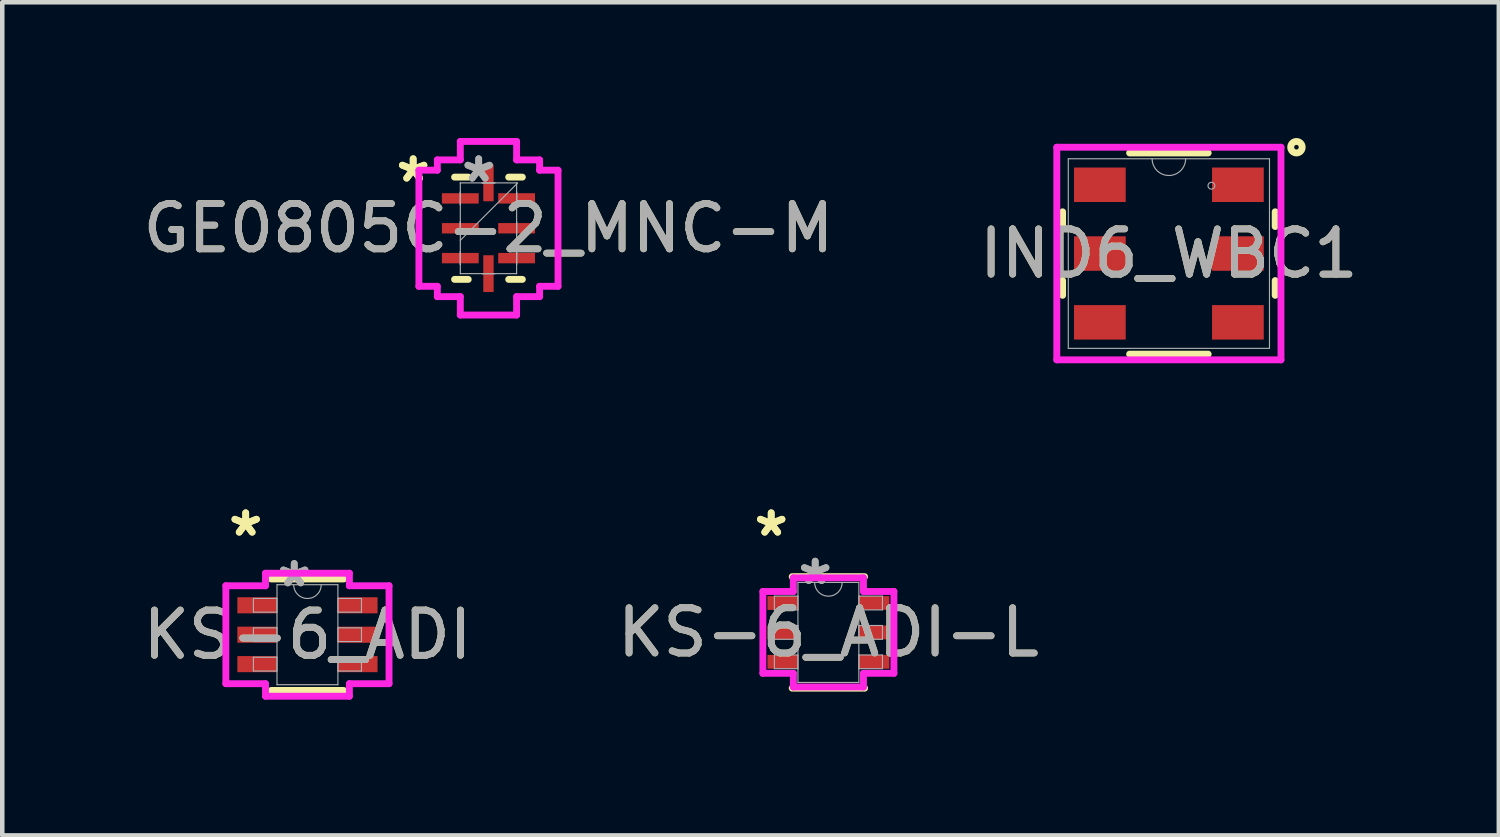
<source format=kicad_pcb>
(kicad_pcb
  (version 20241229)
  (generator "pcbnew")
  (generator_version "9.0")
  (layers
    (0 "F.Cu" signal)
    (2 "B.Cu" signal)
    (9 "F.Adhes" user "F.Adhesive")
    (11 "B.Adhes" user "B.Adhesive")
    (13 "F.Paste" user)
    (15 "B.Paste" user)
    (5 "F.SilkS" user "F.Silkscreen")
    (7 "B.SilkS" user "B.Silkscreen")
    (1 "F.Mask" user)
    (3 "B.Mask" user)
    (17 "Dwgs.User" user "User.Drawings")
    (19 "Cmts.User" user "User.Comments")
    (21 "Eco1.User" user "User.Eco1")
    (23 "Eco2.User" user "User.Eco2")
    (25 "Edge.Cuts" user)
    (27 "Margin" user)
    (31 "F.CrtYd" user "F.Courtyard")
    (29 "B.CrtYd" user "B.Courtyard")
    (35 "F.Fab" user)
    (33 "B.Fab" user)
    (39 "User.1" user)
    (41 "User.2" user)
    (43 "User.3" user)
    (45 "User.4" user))
  (footprint "GE0805C-2_MNC-M"
    (layer "F.Cu")
    (at 7.744 1.994)
    (property "Reference" "GE0805C-2_MNC-M" (at 0 0 0) (unlocked yes) (layer "F.SilkS") (effects (font (size 1 1) (thickness 0.15))))
    (attr smd)
    (fp_line (start -0.749 1.13) (end -0.447 1.13) (stroke (width 0.152) (type solid)) (layer "F.SilkS"))
    (fp_line (start -0.447 -1.13) (end -0.749 -1.13) (stroke (width 0.152) (type solid)) (layer "F.SilkS"))
    (fp_line (start 0.447 1.13) (end 0.749 1.13) (stroke (width 0.152) (type solid)) (layer "F.SilkS"))
    (fp_line (start 0.749 -1.13) (end 0.447 -1.13) (stroke (width 0.152) (type solid)) (layer "F.SilkS"))
    (fp_line (start -1.537 -1.283) (end -1.13 -1.283) (stroke (width 0.152) (type solid)) (layer "F.CrtYd"))
    (fp_line (start -1.537 1.283) (end -1.537 -1.283) (stroke (width 0.152) (type solid)) (layer "F.CrtYd"))
    (fp_line (start -1.13 -1.511) (end -0.622 -1.511) (stroke (width 0.152) (type solid)) (layer "F.CrtYd"))
    (fp_line (start -1.13 -1.283) (end -1.13 -1.511) (stroke (width 0.152) (type solid)) (layer "F.CrtYd"))
    (fp_line (start -1.13 1.283) (end -1.537 1.283) (stroke (width 0.152) (type solid)) (layer "F.CrtYd"))
    (fp_line (start -1.13 1.511) (end -1.13 1.283) (stroke (width 0.152) (type solid)) (layer "F.CrtYd"))
    (fp_line (start -0.622 -1.918) (end 0.622 -1.918) (stroke (width 0.152) (type solid)) (layer "F.CrtYd"))
    (fp_line (start -0.622 -1.511) (end -0.622 -1.918) (stroke (width 0.152) (type solid)) (layer "F.CrtYd"))
    (fp_line (start -0.622 1.511) (end -1.13 1.511) (stroke (width 0.152) (type solid)) (layer "F.CrtYd"))
    (fp_line (start -0.622 1.918) (end -0.622 1.511) (stroke (width 0.152) (type solid)) (layer "F.CrtYd"))
    (fp_line (start 0.622 -1.918) (end 0.622 -1.511) (stroke (width 0.152) (type solid)) (layer "F.CrtYd"))
    (fp_line (start 0.622 -1.511) (end 1.13 -1.511) (stroke (width 0.152) (type solid)) (layer "F.CrtYd"))
    (fp_line (start 0.622 1.511) (end 0.622 1.918) (stroke (width 0.152) (type solid)) (layer "F.CrtYd"))
    (fp_line (start 0.622 1.918) (end -0.622 1.918) (stroke (width 0.152) (type solid)) (layer "F.CrtYd"))
    (fp_line (start 1.13 -1.511) (end 1.13 -1.283) (stroke (width 0.152) (type solid)) (layer "F.CrtYd"))
    (fp_line (start 1.13 -1.283) (end 1.537 -1.283) (stroke (width 0.152) (type solid)) (layer "F.CrtYd"))
    (fp_line (start 1.13 1.283) (end 1.13 1.511) (stroke (width 0.152) (type solid)) (layer "F.CrtYd"))
    (fp_line (start 1.13 1.511) (end 0.622 1.511) (stroke (width 0.152) (type solid)) (layer "F.CrtYd"))
    (fp_line (start 1.537 -1.283) (end 1.537 1.283) (stroke (width 0.152) (type solid)) (layer "F.CrtYd"))
    (fp_line (start 1.537 1.283) (end 1.13 1.283) (stroke (width 0.152) (type solid)) (layer "F.CrtYd"))
    (fp_line (start -0.622 -1.003) (end -0.622 -1.003) (stroke (width 0.025) (type solid)) (layer "F.Fab"))
    (fp_line (start -0.622 -1.003) (end -0.622 1.003) (stroke (width 0.025) (type solid)) (layer "F.Fab"))
    (fp_line (start -0.622 -0.8) (end -0.622 -0.8) (stroke (width 0.025) (type solid)) (layer "F.Fab"))
    (fp_line (start -0.622 -0.8) (end -0.622 -0.521) (stroke (width 0.025) (type solid)) (layer "F.Fab"))
    (fp_line (start -0.622 -0.521) (end -0.622 -0.8) (stroke (width 0.025) (type solid)) (layer "F.Fab"))
    (fp_line (start -0.622 -0.521) (end -0.622 -0.521) (stroke (width 0.025) (type solid)) (layer "F.Fab"))
    (fp_line (start -0.622 -0.14) (end -0.622 -0.14) (stroke (width 0.025) (type solid)) (layer "F.Fab"))
    (fp_line (start -0.622 -0.14) (end -0.622 0.14) (stroke (width 0.025) (type solid)) (layer "F.Fab"))
    (fp_line (start -0.622 0.14) (end -0.622 -0.14) (stroke (width 0.025) (type solid)) (layer "F.Fab"))
    (fp_line (start -0.622 0.14) (end -0.622 0.14) (stroke (width 0.025) (type solid)) (layer "F.Fab"))
    (fp_line (start -0.622 0.267) (end 0.648 -1.003) (stroke (width 0.025) (type solid)) (layer "F.Fab"))
    (fp_line (start -0.622 0.521) (end -0.622 0.521) (stroke (width 0.025) (type solid)) (layer "F.Fab"))
    (fp_line (start -0.622 0.521) (end -0.622 0.8) (stroke (width 0.025) (type solid)) (layer "F.Fab"))
    (fp_line (start -0.622 0.8) (end -0.622 0.521) (stroke (width 0.025) (type solid)) (layer "F.Fab"))
    (fp_line (start -0.622 0.8) (end -0.622 0.8) (stroke (width 0.025) (type solid)) (layer "F.Fab"))
    (fp_line (start -0.622 1.003) (end -0.622 1.003) (stroke (width 0.025) (type solid)) (layer "F.Fab"))
    (fp_line (start -0.622 1.003) (end 0.622 1.003) (stroke (width 0.025) (type solid)) (layer "F.Fab"))
    (fp_line (start -0.14 -1.003) (end -0.14 -1.003) (stroke (width 0.025) (type solid)) (layer "F.Fab"))
    (fp_line (start -0.14 -1.003) (end 0.14 -1.003) (stroke (width 0.025) (type solid)) (layer "F.Fab"))
    (fp_line (start -0.14 1.003) (end -0.14 1.003) (stroke (width 0.025) (type solid)) (layer "F.Fab"))
    (fp_line (start -0.14 1.003) (end 0.14 1.003) (stroke (width 0.025) (type solid)) (layer "F.Fab"))
    (fp_line (start 0.14 -1.003) (end -0.14 -1.003) (stroke (width 0.025) (type solid)) (layer "F.Fab"))
    (fp_line (start 0.14 -1.003) (end 0.14 -1.003) (stroke (width 0.025) (type solid)) (layer "F.Fab"))
    (fp_line (start 0.14 1.003) (end -0.14 1.003) (stroke (width 0.025) (type solid)) (layer "F.Fab"))
    (fp_line (start 0.14 1.003) (end 0.14 1.003) (stroke (width 0.025) (type solid)) (layer "F.Fab"))
    (fp_line (start 0.622 -1.003) (end -0.622 -1.003) (stroke (width 0.025) (type solid)) (layer "F.Fab"))
    (fp_line (start 0.622 -1.003) (end 0.622 -1.003) (stroke (width 0.025) (type solid)) (layer "F.Fab"))
    (fp_line (start 0.622 -0.8) (end 0.622 -0.8) (stroke (width 0.025) (type solid)) (layer "F.Fab"))
    (fp_line (start 0.622 -0.8) (end 0.622 -0.521) (stroke (width 0.025) (type solid)) (layer "F.Fab"))
    (fp_line (start 0.622 -0.521) (end 0.622 -0.8) (stroke (width 0.025) (type solid)) (layer "F.Fab"))
    (fp_line (start 0.622 -0.521) (end 0.622 -0.521) (stroke (width 0.025) (type solid)) (layer "F.Fab"))
    (fp_line (start 0.622 -0.14) (end 0.622 -0.14) (stroke (width 0.025) (type solid)) (layer "F.Fab"))
    (fp_line (start 0.622 -0.14) (end 0.622 0.14) (stroke (width 0.025) (type solid)) (layer "F.Fab"))
    (fp_line (start 0.622 0.14) (end 0.622 -0.14) (stroke (width 0.025) (type solid)) (layer "F.Fab"))
    (fp_line (start 0.622 0.14) (end 0.622 0.14) (stroke (width 0.025) (type solid)) (layer "F.Fab"))
    (fp_line (start 0.622 0.521) (end 0.622 0.521) (stroke (width 0.025) (type solid)) (layer "F.Fab"))
    (fp_line (start 0.622 0.521) (end 0.622 0.8) (stroke (width 0.025) (type solid)) (layer "F.Fab"))
    (fp_line (start 0.622 0.8) (end 0.622 0.521) (stroke (width 0.025) (type solid)) (layer "F.Fab"))
    (fp_line (start 0.622 0.8) (end 0.622 0.8) (stroke (width 0.025) (type solid)) (layer "F.Fab"))
    (fp_line (start 0.622 1.003) (end 0.622 -1.003) (stroke (width 0.025) (type solid)) (layer "F.Fab"))
    (fp_line (start 0.622 1.003) (end 0.622 1.003) (stroke (width 0.025) (type solid)) (layer "F.Fab"))
    (fp_text user "*" (at -1.664 -0.991 0) (layer "F.SilkS") (effects (font (size 1 1) (thickness 0.15))))
    (fp_text user "*" (at -1.664 -0.991 0) (unlocked yes) (layer "F.SilkS") (effects (font (size 1 1) (thickness 0.15))))
    (fp_text user "${REFERENCE}" (at 0 0 0) (unlocked yes) (layer "F.Fab") (effects (font (size 1 1) (thickness 0.15))))
    (fp_text user "*" (at -0.216 -0.991 0) (unlocked yes) (layer "F.Fab") (effects (font (size 1 1) (thickness 0.15))))
    (fp_text user "*" (at -0.216 -0.991 0) (layer "F.Fab") (effects (font (size 1 1) (thickness 0.15))))
    (pad "1" smd rect (at -0.622 -0.66 90) (size 0.229 0.813) (layers "F.Cu" "F.Mask" "F.Paste"))
    (pad "2" smd rect (at -0.622 0 90) (size 0.229 0.813) (layers "F.Cu" "F.Mask" "F.Paste"))
    (pad "3" smd rect (at -0.622 0.66 90) (size 0.229 0.813) (layers "F.Cu" "F.Mask" "F.Paste"))
    (pad "4" smd rect (at 0 1.003) (size 0.229 0.813) (layers "F.Cu" "F.Mask" "F.Paste"))
    (pad "5" smd rect (at 0.622 0.66 90) (size 0.229 0.813) (layers "F.Cu" "F.Mask" "F.Paste"))
    (pad "6" smd rect (at 0.622 0 90) (size 0.229 0.813) (layers "F.Cu" "F.Mask" "F.Paste"))
    (pad "7" smd rect (at 0.622 -0.66 90) (size 0.229 0.813) (layers "F.Cu" "F.Mask" "F.Paste"))
    (pad "8" smd rect (at 0 -1.003) (size 0.229 0.813) (layers "F.Cu" "F.Mask" "F.Paste")))
  (footprint "IND6_WBC1"
    (layer "F.Cu")
    (at 22.78 2.553)
    (property "Reference" "IND6_WBC1" (at 0 0 0) (unlocked yes) (layer "F.SilkS") (effects (font (size 1 1) (thickness 0.15))))
    (attr smd)
    (fp_line (start -2.349 -0.923) (end -2.349 -0.597) (stroke (width 0.152) (type solid)) (layer "F.SilkS"))
    (fp_line (start -2.349 0.597) (end -2.349 0.923) (stroke (width 0.152) (type solid)) (layer "F.SilkS"))
    (fp_line (start -0.868 2.223) (end 0.868 2.223) (stroke (width 0.152) (type solid)) (layer "F.SilkS"))
    (fp_line (start 0.868 -2.223) (end -0.868 -2.223) (stroke (width 0.152) (type solid)) (layer "F.SilkS"))
    (fp_line (start 2.349 -0.597) (end 2.349 -0.923) (stroke (width 0.152) (type solid)) (layer "F.SilkS"))
    (fp_line (start 2.349 0.923) (end 2.349 0.597) (stroke (width 0.152) (type solid)) (layer "F.SilkS"))
    (fp_circle (center 2.819 -2.35) (end 2.946 -2.35) (stroke (width 0.152) (type solid)) (fill no) (layer "F.SilkS"))
    (fp_line (start -2.477 -2.349) (end 2.477 -2.349) (stroke (width 0.152) (type solid)) (layer "F.CrtYd"))
    (fp_line (start -2.477 2.349) (end -2.477 -2.349) (stroke (width 0.152) (type solid)) (layer "F.CrtYd"))
    (fp_line (start 2.477 -2.349) (end 2.477 2.349) (stroke (width 0.152) (type solid)) (layer "F.CrtYd"))
    (fp_line (start 2.477 2.349) (end -2.477 2.349) (stroke (width 0.152) (type solid)) (layer "F.CrtYd"))
    (fp_line (start -2.223 -2.095) (end -2.223 2.095) (stroke (width 0.025) (type solid)) (layer "F.Fab"))
    (fp_line (start -2.223 2.095) (end 2.223 2.095) (stroke (width 0.025) (type solid)) (layer "F.Fab"))
    (fp_line (start 2.223 -2.095) (end -2.223 -2.095) (stroke (width 0.025) (type solid)) (layer "F.Fab"))
    (fp_line (start 2.223 2.095) (end 2.223 -2.095) (stroke (width 0.025) (type solid)) (layer "F.Fab"))
    (fp_arc (start 0.370417 -2.0955) (mid 0 -1.725083) (end -0.370417 -2.0955) (stroke (width 0.0254) (type solid)) (layer "F.Fab"))
    (fp_circle (center 0.94 -1.499) (end 1.016 -1.499) (stroke (width 0.025) (type solid)) (fill no) (layer "F.Fab"))
    (fp_text user "${REFERENCE}" (at 0 0 0) (unlocked yes) (layer "F.Fab") (effects (font (size 1 1) (thickness 0.15))))
    (pad "1" smd rect (at 1.525 -1.52) (size 1.143 0.762) (layers "F.Cu" "F.Mask" "F.Paste"))
    (pad "2" smd rect (at 1.525 0) (size 1.143 0.762) (layers "F.Cu" "F.Mask" "F.Paste"))
    (pad "3" smd rect (at 1.525 1.52) (size 1.143 0.762) (layers "F.Cu" "F.Mask" "F.Paste"))
    (pad "4" smd rect (at -1.525 1.52) (size 1.143 0.762) (layers "F.Cu" "F.Mask" "F.Paste"))
    (pad "5" smd rect (at -1.525 0) (size 1.143 0.762) (layers "F.Cu" "F.Mask" "F.Paste"))
    (pad "6" smd rect (at -1.525 -1.52) (size 1.143 0.762) (layers "F.Cu" "F.Mask" "F.Paste")))
  (footprint "KS-6_ADI-L"
    (layer "F.Cu")
    (at 15.256 10.925)
    (property "Reference" "KS-6_ADI-L" (at 0 0 0) (unlocked yes) (layer "F.SilkS") (effects (font (size 1 1) (thickness 0.15))))
    (attr smd)
    (fp_line (start -0.8 1.232) (end 0.8 1.232) (stroke (width 0.152) (type solid)) (layer "F.SilkS"))
    (fp_line (start 0.8 -1.232) (end -0.8 -1.232) (stroke (width 0.152) (type solid)) (layer "F.SilkS"))
    (fp_line (start -1.448 -0.904) (end -0.775 -0.904) (stroke (width 0.152) (type solid)) (layer "F.CrtYd"))
    (fp_line (start -1.448 0.904) (end -1.448 -0.904) (stroke (width 0.152) (type solid)) (layer "F.CrtYd"))
    (fp_line (start -1.448 0.904) (end -0.775 0.904) (stroke (width 0.152) (type solid)) (layer "F.CrtYd"))
    (fp_line (start -0.775 -1.206) (end 0.775 -1.206) (stroke (width 0.152) (type solid)) (layer "F.CrtYd"))
    (fp_line (start -0.775 -0.904) (end -0.775 -1.206) (stroke (width 0.152) (type solid)) (layer "F.CrtYd"))
    (fp_line (start -0.775 1.206) (end -0.775 0.904) (stroke (width 0.152) (type solid)) (layer "F.CrtYd"))
    (fp_line (start 0.775 -1.206) (end 0.775 -0.904) (stroke (width 0.152) (type solid)) (layer "F.CrtYd"))
    (fp_line (start 0.775 0.904) (end 0.775 1.206) (stroke (width 0.152) (type solid)) (layer "F.CrtYd"))
    (fp_line (start 0.775 1.206) (end -0.775 1.206) (stroke (width 0.152) (type solid)) (layer "F.CrtYd"))
    (fp_line (start 1.448 -0.904) (end 0.775 -0.904) (stroke (width 0.152) (type solid)) (layer "F.CrtYd"))
    (fp_line (start 1.448 -0.904) (end 1.448 0.904) (stroke (width 0.152) (type solid)) (layer "F.CrtYd"))
    (fp_line (start 1.448 0.904) (end 0.775 0.904) (stroke (width 0.152) (type solid)) (layer "F.CrtYd"))
    (fp_line (start -1.194 -0.802) (end -1.194 -0.498) (stroke (width 0.025) (type solid)) (layer "F.Fab"))
    (fp_line (start -1.194 -0.498) (end -0.673 -0.498) (stroke (width 0.025) (type solid)) (layer "F.Fab"))
    (fp_line (start -1.194 -0.152) (end -1.194 0.152) (stroke (width 0.025) (type solid)) (layer "F.Fab"))
    (fp_line (start -1.194 0.152) (end -0.673 0.152) (stroke (width 0.025) (type solid)) (layer "F.Fab"))
    (fp_line (start -1.194 0.498) (end -1.194 0.802) (stroke (width 0.025) (type solid)) (layer "F.Fab"))
    (fp_line (start -1.194 0.802) (end -0.673 0.802) (stroke (width 0.025) (type solid)) (layer "F.Fab"))
    (fp_line (start -0.673 -1.105) (end -0.673 1.105) (stroke (width 0.025) (type solid)) (layer "F.Fab"))
    (fp_line (start -0.673 -0.802) (end -1.194 -0.802) (stroke (width 0.025) (type solid)) (layer "F.Fab"))
    (fp_line (start -0.673 -0.498) (end -0.673 -0.802) (stroke (width 0.025) (type solid)) (layer "F.Fab"))
    (fp_line (start -0.673 -0.152) (end -1.194 -0.152) (stroke (width 0.025) (type solid)) (layer "F.Fab"))
    (fp_line (start -0.673 0.152) (end -0.673 -0.152) (stroke (width 0.025) (type solid)) (layer "F.Fab"))
    (fp_line (start -0.673 0.498) (end -1.194 0.498) (stroke (width 0.025) (type solid)) (layer "F.Fab"))
    (fp_line (start -0.673 0.802) (end -0.673 0.498) (stroke (width 0.025) (type solid)) (layer "F.Fab"))
    (fp_line (start -0.673 1.105) (end 0.673 1.105) (stroke (width 0.025) (type solid)) (layer "F.Fab"))
    (fp_line (start 0.673 -1.105) (end -0.673 -1.105) (stroke (width 0.025) (type solid)) (layer "F.Fab"))
    (fp_line (start 0.673 -0.802) (end 0.673 -0.498) (stroke (width 0.025) (type solid)) (layer "F.Fab"))
    (fp_line (start 0.673 -0.498) (end 1.194 -0.498) (stroke (width 0.025) (type solid)) (layer "F.Fab"))
    (fp_line (start 0.673 -0.152) (end 0.673 0.152) (stroke (width 0.025) (type solid)) (layer "F.Fab"))
    (fp_line (start 0.673 0.152) (end 1.194 0.152) (stroke (width 0.025) (type solid)) (layer "F.Fab"))
    (fp_line (start 0.673 0.498) (end 0.673 0.802) (stroke (width 0.025) (type solid)) (layer "F.Fab"))
    (fp_line (start 0.673 0.802) (end 1.194 0.802) (stroke (width 0.025) (type solid)) (layer "F.Fab"))
    (fp_line (start 0.673 1.105) (end 0.673 -1.105) (stroke (width 0.025) (type solid)) (layer "F.Fab"))
    (fp_line (start 1.194 -0.802) (end 0.673 -0.802) (stroke (width 0.025) (type solid)) (layer "F.Fab"))
    (fp_line (start 1.194 -0.498) (end 1.194 -0.802) (stroke (width 0.025) (type solid)) (layer "F.Fab"))
    (fp_line (start 1.194 -0.152) (end 0.673 -0.152) (stroke (width 0.025) (type solid)) (layer "F.Fab"))
    (fp_line (start 1.194 0.152) (end 1.194 -0.152) (stroke (width 0.025) (type solid)) (layer "F.Fab"))
    (fp_line (start 1.194 0.498) (end 0.673 0.498) (stroke (width 0.025) (type solid)) (layer "F.Fab"))
    (fp_line (start 1.194 0.802) (end 1.194 0.498) (stroke (width 0.025) (type solid)) (layer "F.Fab"))
    (fp_arc (start 0.3048 -1.1049) (mid 0 -0.8001) (end -0.3048 -1.1049) (stroke (width 0.0254) (type solid)) (layer "F.Fab"))
    (fp_text user "*" (at -1.264 -2.098 0) (unlocked yes) (layer "F.SilkS") (effects (font (size 1 1) (thickness 0.15))))
    (fp_text user "*" (at -1.264 -2.098 0) (layer "F.SilkS") (effects (font (size 1 1) (thickness 0.15))))
    (fp_text user "*" (at -0.292 -1.029 0) (layer "F.Fab") (effects (font (size 1 1) (thickness 0.15))))
    (fp_text user "*" (at -0.292 -1.029 0) (unlocked yes) (layer "F.Fab") (effects (font (size 1 1) (thickness 0.15))))
    (fp_text user "${REFERENCE}" (at 0 0 0) (unlocked yes) (layer "F.Fab") (effects (font (size 1 1) (thickness 0.15))))
    (pad "1" smd rect (at -1.01 -0.65) (size 0.673 0.305) (layers "F.Cu" "F.Mask" "F.Paste"))
    (pad "2" smd rect (at -1.01 0) (size 0.673 0.305) (layers "F.Cu" "F.Mask" "F.Paste"))
    (pad "3" smd rect (at -1.01 0.65) (size 0.673 0.305) (layers "F.Cu" "F.Mask" "F.Paste"))
    (pad "4" smd rect (at 1.01 0.65) (size 0.673 0.305) (layers "F.Cu" "F.Mask" "F.Paste"))
    (pad "5" smd rect (at 1.01 0) (size 0.673 0.305) (layers "F.Cu" "F.Mask" "F.Paste"))
    (pad "6" smd rect (at 1.01 -0.65) (size 0.673 0.305) (layers "F.Cu" "F.Mask" "F.Paste")))
  (footprint "KS-6_ADI"
    (layer "F.Cu")
    (at 3.744 10.976)
    (property "Reference" "KS-6_ADI" (at 0 0 0) (unlocked yes) (layer "F.SilkS") (effects (font (size 1 1) (thickness 0.15))))
    (attr smd)
    (fp_line (start -0.8 1.232) (end 0.8 1.232) (stroke (width 0.152) (type solid)) (layer "F.SilkS"))
    (fp_line (start 0.8 -1.232) (end -0.8 -1.232) (stroke (width 0.152) (type solid)) (layer "F.SilkS"))
    (fp_line (start -1.803 -1.082) (end -0.927 -1.082) (stroke (width 0.152) (type solid)) (layer "F.CrtYd"))
    (fp_line (start -1.803 1.082) (end -1.803 -1.082) (stroke (width 0.152) (type solid)) (layer "F.CrtYd"))
    (fp_line (start -1.803 1.082) (end -0.927 1.082) (stroke (width 0.152) (type solid)) (layer "F.CrtYd"))
    (fp_line (start -0.927 -1.359) (end 0.927 -1.359) (stroke (width 0.152) (type solid)) (layer "F.CrtYd"))
    (fp_line (start -0.927 -1.082) (end -0.927 -1.359) (stroke (width 0.152) (type solid)) (layer "F.CrtYd"))
    (fp_line (start -0.927 1.359) (end -0.927 1.082) (stroke (width 0.152) (type solid)) (layer "F.CrtYd"))
    (fp_line (start 0.927 -1.359) (end 0.927 -1.082) (stroke (width 0.152) (type solid)) (layer "F.CrtYd"))
    (fp_line (start 0.927 1.082) (end 0.927 1.359) (stroke (width 0.152) (type solid)) (layer "F.CrtYd"))
    (fp_line (start 0.927 1.359) (end -0.927 1.359) (stroke (width 0.152) (type solid)) (layer "F.CrtYd"))
    (fp_line (start 1.803 -1.082) (end 0.927 -1.082) (stroke (width 0.152) (type solid)) (layer "F.CrtYd"))
    (fp_line (start 1.803 -1.082) (end 1.803 1.082) (stroke (width 0.152) (type solid)) (layer "F.CrtYd"))
    (fp_line (start 1.803 1.082) (end 0.927 1.082) (stroke (width 0.152) (type solid)) (layer "F.CrtYd"))
    (fp_line (start -1.194 -0.802) (end -1.194 -0.498) (stroke (width 0.025) (type solid)) (layer "F.Fab"))
    (fp_line (start -1.194 -0.498) (end -0.673 -0.498) (stroke (width 0.025) (type solid)) (layer "F.Fab"))
    (fp_line (start -1.194 -0.152) (end -1.194 0.152) (stroke (width 0.025) (type solid)) (layer "F.Fab"))
    (fp_line (start -1.194 0.152) (end -0.673 0.152) (stroke (width 0.025) (type solid)) (layer "F.Fab"))
    (fp_line (start -1.194 0.498) (end -1.194 0.802) (stroke (width 0.025) (type solid)) (layer "F.Fab"))
    (fp_line (start -1.194 0.802) (end -0.673 0.802) (stroke (width 0.025) (type solid)) (layer "F.Fab"))
    (fp_line (start -0.673 -1.105) (end -0.673 1.105) (stroke (width 0.025) (type solid)) (layer "F.Fab"))
    (fp_line (start -0.673 -0.802) (end -1.194 -0.802) (stroke (width 0.025) (type solid)) (layer "F.Fab"))
    (fp_line (start -0.673 -0.498) (end -0.673 -0.802) (stroke (width 0.025) (type solid)) (layer "F.Fab"))
    (fp_line (start -0.673 -0.152) (end -1.194 -0.152) (stroke (width 0.025) (type solid)) (layer "F.Fab"))
    (fp_line (start -0.673 0.152) (end -0.673 -0.152) (stroke (width 0.025) (type solid)) (layer "F.Fab"))
    (fp_line (start -0.673 0.498) (end -1.194 0.498) (stroke (width 0.025) (type solid)) (layer "F.Fab"))
    (fp_line (start -0.673 0.802) (end -0.673 0.498) (stroke (width 0.025) (type solid)) (layer "F.Fab"))
    (fp_line (start -0.673 1.105) (end 0.673 1.105) (stroke (width 0.025) (type solid)) (layer "F.Fab"))
    (fp_line (start 0.673 -1.105) (end -0.673 -1.105) (stroke (width 0.025) (type solid)) (layer "F.Fab"))
    (fp_line (start 0.673 -0.802) (end 0.673 -0.498) (stroke (width 0.025) (type solid)) (layer "F.Fab"))
    (fp_line (start 0.673 -0.498) (end 1.194 -0.498) (stroke (width 0.025) (type solid)) (layer "F.Fab"))
    (fp_line (start 0.673 -0.152) (end 0.673 0.152) (stroke (width 0.025) (type solid)) (layer "F.Fab"))
    (fp_line (start 0.673 0.152) (end 1.194 0.152) (stroke (width 0.025) (type solid)) (layer "F.Fab"))
    (fp_line (start 0.673 0.498) (end 0.673 0.802) (stroke (width 0.025) (type solid)) (layer "F.Fab"))
    (fp_line (start 0.673 0.802) (end 1.194 0.802) (stroke (width 0.025) (type solid)) (layer "F.Fab"))
    (fp_line (start 0.673 1.105) (end 0.673 -1.105) (stroke (width 0.025) (type solid)) (layer "F.Fab"))
    (fp_line (start 1.194 -0.802) (end 0.673 -0.802) (stroke (width 0.025) (type solid)) (layer "F.Fab"))
    (fp_line (start 1.194 -0.498) (end 1.194 -0.802) (stroke (width 0.025) (type solid)) (layer "F.Fab"))
    (fp_line (start 1.194 -0.152) (end 0.673 -0.152) (stroke (width 0.025) (type solid)) (layer "F.Fab"))
    (fp_line (start 1.194 0.152) (end 1.194 -0.152) (stroke (width 0.025) (type solid)) (layer "F.Fab"))
    (fp_line (start 1.194 0.498) (end 0.673 0.498) (stroke (width 0.025) (type solid)) (layer "F.Fab"))
    (fp_line (start 1.194 0.802) (end 1.194 0.498) (stroke (width 0.025) (type solid)) (layer "F.Fab"))
    (fp_arc (start 0.3048 -1.1049) (mid 0 -0.8001) (end -0.3048 -1.1049) (stroke (width 0.0254) (type solid)) (layer "F.Fab"))
    (fp_text user "*" (at -1.365 -2.149 0) (unlocked yes) (layer "F.SilkS") (effects (font (size 1 1) (thickness 0.15))))
    (fp_text user "*" (at -1.365 -2.149 0) (layer "F.SilkS") (effects (font (size 1 1) (thickness 0.15))))
    (fp_text user "${REFERENCE}" (at 0 0 0) (unlocked yes) (layer "F.Fab") (effects (font (size 1 1) (thickness 0.15))))
    (fp_text user "*" (at -0.292 -1.029 0) (layer "F.Fab") (effects (font (size 1 1) (thickness 0.15))))
    (fp_text user "*" (at -0.292 -1.029 0) (unlocked yes) (layer "F.Fab") (effects (font (size 1 1) (thickness 0.15))))
    (pad "1" smd rect (at -1.111 -0.65) (size 0.876 0.356) (layers "F.Cu" "F.Mask" "F.Paste"))
    (pad "2" smd rect (at -1.111 0) (size 0.876 0.356) (layers "F.Cu" "F.Mask" "F.Paste"))
    (pad "3" smd rect (at -1.111 0.65) (size 0.876 0.356) (layers "F.Cu" "F.Mask" "F.Paste"))
    (pad "4" smd rect (at 1.111 0.65) (size 0.876 0.356) (layers "F.Cu" "F.Mask" "F.Paste"))
    (pad "5" smd rect (at 1.111 0) (size 0.876 0.356) (layers "F.Cu" "F.Mask" "F.Paste"))
    (pad "6" smd rect (at 1.111 -0.65) (size 0.876 0.356) (layers "F.Cu" "F.Mask" "F.Paste")))
  (gr_rect
    (start -3 -3)
    (end 30.071 15.411)
    (stroke (width 0.1) (type default))
    (fill no)
    (layer "Edge.Cuts")))
</source>
